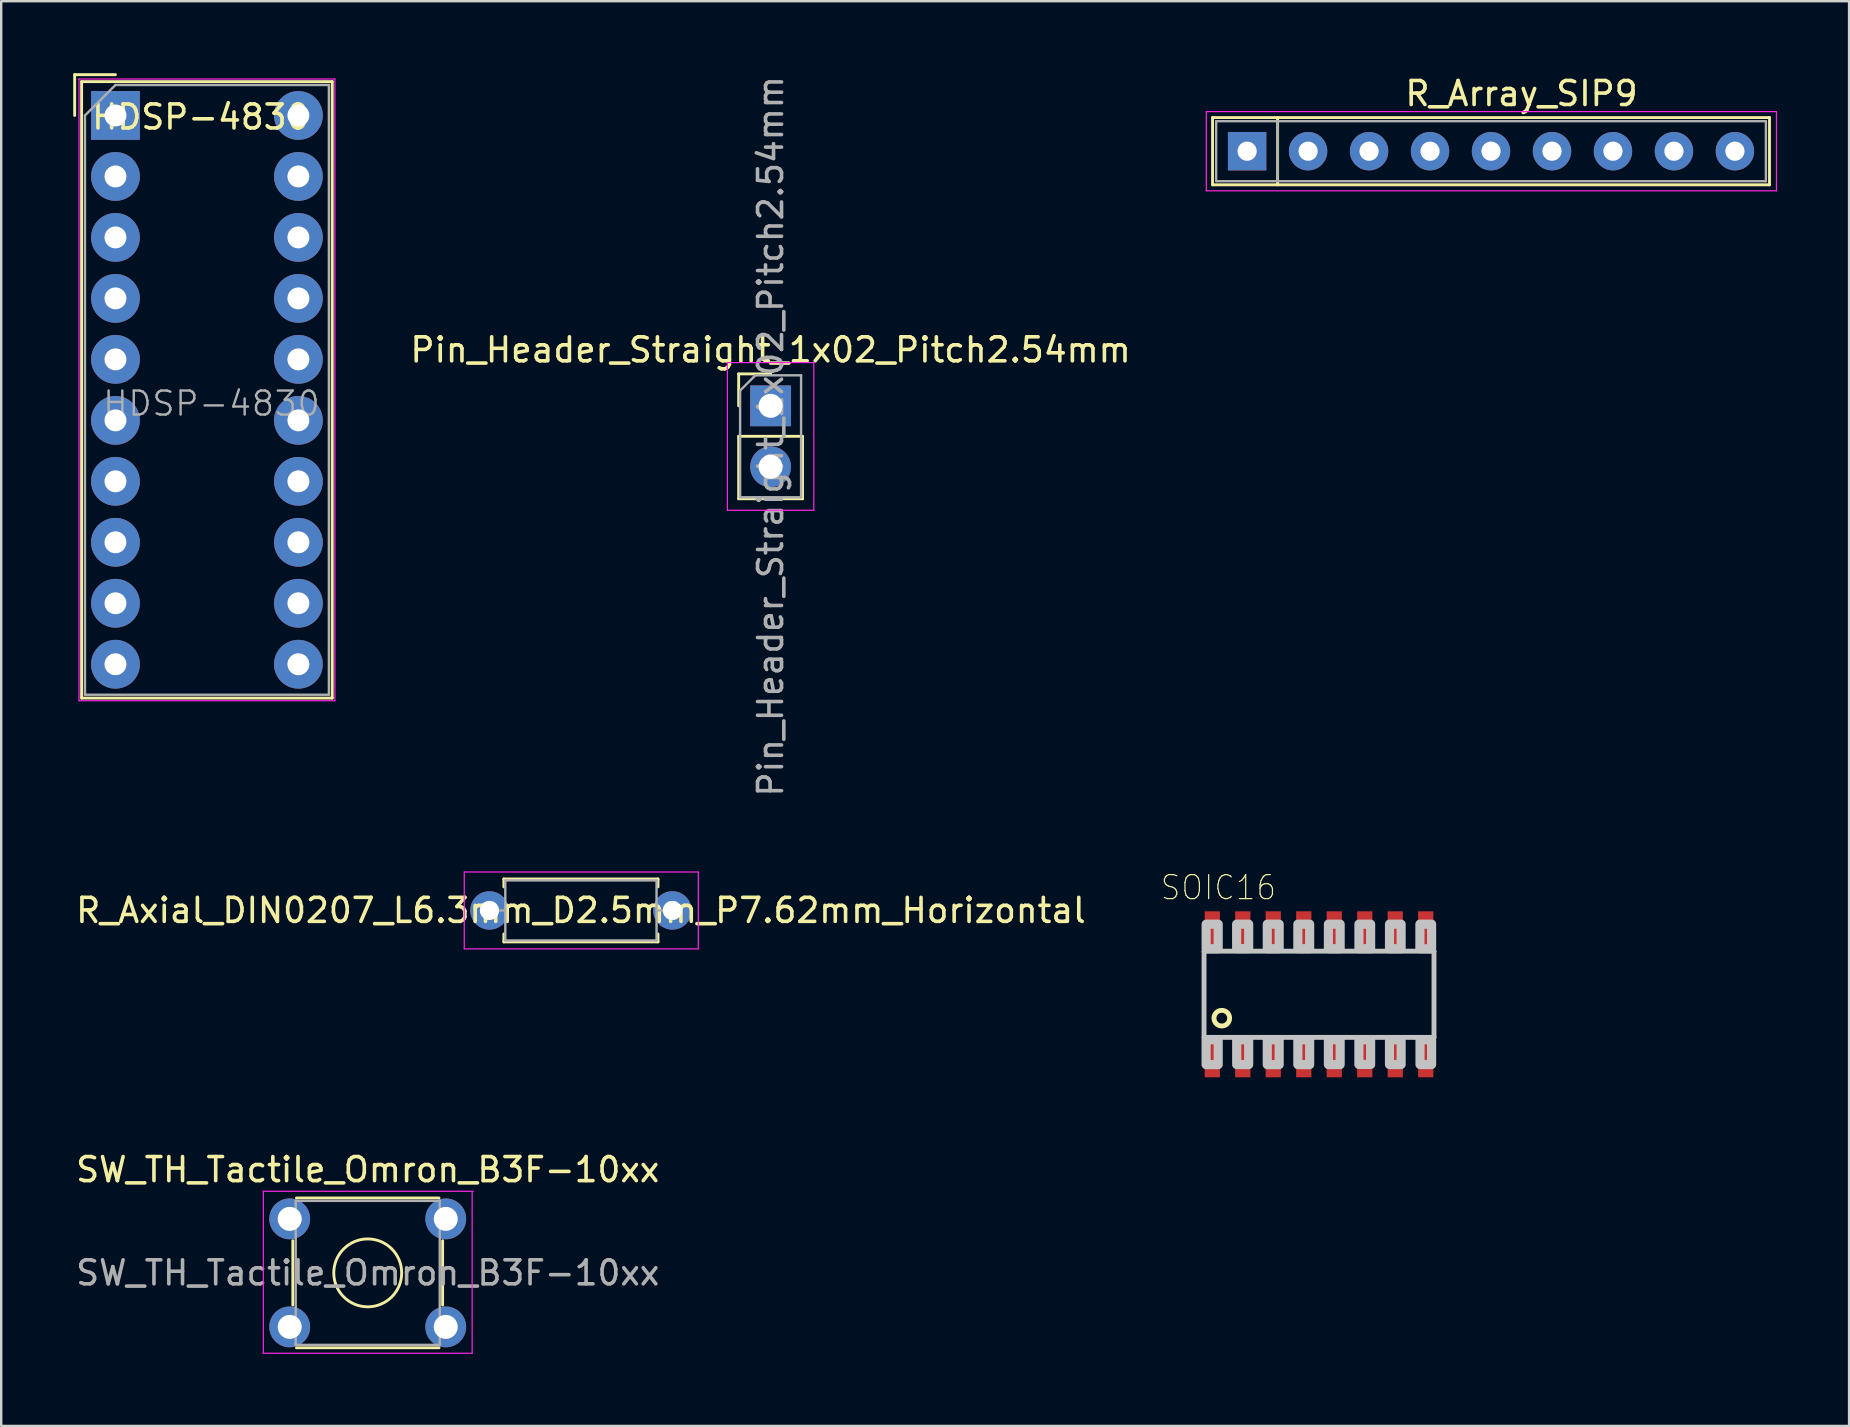
<source format=kicad_pcb>
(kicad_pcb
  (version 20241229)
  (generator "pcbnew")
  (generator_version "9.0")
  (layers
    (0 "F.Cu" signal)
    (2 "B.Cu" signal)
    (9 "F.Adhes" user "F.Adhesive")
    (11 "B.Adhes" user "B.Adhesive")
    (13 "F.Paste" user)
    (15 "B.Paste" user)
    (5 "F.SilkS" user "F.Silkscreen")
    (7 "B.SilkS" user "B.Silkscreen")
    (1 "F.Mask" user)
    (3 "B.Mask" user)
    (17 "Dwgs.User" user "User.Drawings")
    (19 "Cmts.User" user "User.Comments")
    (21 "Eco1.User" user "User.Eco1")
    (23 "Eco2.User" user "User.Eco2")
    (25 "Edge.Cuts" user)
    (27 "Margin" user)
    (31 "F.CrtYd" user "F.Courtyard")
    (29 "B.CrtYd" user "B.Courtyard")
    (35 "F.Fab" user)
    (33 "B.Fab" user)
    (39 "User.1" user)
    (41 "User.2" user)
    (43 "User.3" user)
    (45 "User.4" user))
  (footprint "SOIC16"
    (layer "F.Cu")
    (at 51.895 38.368)
    (property "Reference" "SOIC16" (at -4.191 -4.445 0) (layer "F.SilkS") (effects (font (size 1 0.9) (thickness 0.05))))
    (attr smd)
    (fp_circle (center -4.05 0.995) (end -3.724 0.995) (stroke (width 0.203) (type solid)) (fill no) (layer "F.SilkS"))
    (fp_line (start -4.79 -1.795) (end 4.79 -1.795) (stroke (width 0.203) (type solid)) (layer "Dwgs.User"))
    (fp_line (start -4.79 1.795) (end -4.79 -1.795) (stroke (width 0.203) (type solid)) (layer "Dwgs.User"))
    (fp_line (start 4.79 -1.795) (end 4.79 1.795) (stroke (width 0.203) (type solid)) (layer "Dwgs.User"))
    (fp_line (start 4.79 1.795) (end -4.79 1.795) (stroke (width 0.203) (type solid)) (layer "Dwgs.User"))
    (fp_poly (pts (xy -4.704 1.895) (xy -4.2 1.895) (xy -4.2 2.93) (xy -4.704 2.93)) (stroke (width 0.381) (type solid)) (fill no) (layer "Dwgs.User"))
    (fp_poly (pts (xy -4.702 -2.921) (xy -4.2 -2.921) (xy -4.2 -1.9) (xy -4.702 -1.9)) (stroke (width 0.381) (type solid)) (fill no) (layer "Dwgs.User"))
    (fp_poly (pts (xy -3.432 -2.921) (xy -2.93 -2.921) (xy -2.93 -1.902) (xy -3.432 -1.902)) (stroke (width 0.381) (type solid)) (fill no) (layer "Dwgs.User"))
    (fp_poly (pts (xy -3.429 1.895) (xy -2.93 1.895) (xy -2.93 2.928) (xy -3.429 2.928)) (stroke (width 0.381) (type solid)) (fill no) (layer "Dwgs.User"))
    (fp_poly (pts (xy -2.156 1.895) (xy -1.66 1.895) (xy -1.66 2.93) (xy -2.156 2.93)) (stroke (width 0.381) (type solid)) (fill no) (layer "Dwgs.User"))
    (fp_poly (pts (xy -2.155 -2.921) (xy -1.66 -2.921) (xy -1.66 -1.899) (xy -2.155 -1.899)) (stroke (width 0.381) (type solid)) (fill no) (layer "Dwgs.User"))
    (fp_poly (pts (xy -0.882 1.895) (xy -0.39 1.895) (xy -0.39 2.929) (xy -0.882 2.929)) (stroke (width 0.381) (type solid)) (fill no) (layer "Dwgs.User"))
    (fp_poly (pts (xy -0.882 -2.921) (xy -0.39 -2.921) (xy -0.39 -1.898) (xy -0.882 -1.898)) (stroke (width 0.381) (type solid)) (fill no) (layer "Dwgs.User"))
    (fp_poly (pts (xy 0.391 1.895) (xy 0.88 1.895) (xy 0.88 2.928) (xy 0.391 2.928)) (stroke (width 0.381) (type solid)) (fill no) (layer "Dwgs.User"))
    (fp_poly (pts (xy 0.391 -2.921) (xy 0.88 -2.921) (xy 0.88 -1.9) (xy 0.391 -1.9)) (stroke (width 0.381) (type solid)) (fill no) (layer "Dwgs.User"))
    (fp_poly (pts (xy 1.661 1.895) (xy 2.15 1.895) (xy 2.15 2.923) (xy 1.661 2.923)) (stroke (width 0.381) (type solid)) (fill no) (layer "Dwgs.User"))
    (fp_poly (pts (xy 1.663 -2.921) (xy 2.15 -2.921) (xy 2.15 -1.899) (xy 1.663 -1.899)) (stroke (width 0.381) (type solid)) (fill no) (layer "Dwgs.User"))
    (fp_poly (pts (xy 2.935 1.895) (xy 3.42 1.895) (xy 3.42 2.926) (xy 2.935 2.926)) (stroke (width 0.381) (type solid)) (fill no) (layer "Dwgs.User"))
    (fp_poly (pts (xy 2.936 -2.921) (xy 3.42 -2.921) (xy 3.42 -1.899) (xy 2.936 -1.899)) (stroke (width 0.381) (type solid)) (fill no) (layer "Dwgs.User"))
    (fp_poly (pts (xy 4.202 -2.921) (xy 4.69 -2.921) (xy 4.69 -1.896) (xy 4.202 -1.896)) (stroke (width 0.381) (type solid)) (fill no) (layer "Dwgs.User"))
    (fp_poly (pts (xy 4.207 1.895) (xy 4.69 1.895) (xy 4.69 2.926) (xy 4.207 2.926)) (stroke (width 0.381) (type solid)) (fill no) (layer "Dwgs.User"))
    (pad "1" smd rect (at -4.445 2.695) (size 0.635 1.524) (layers "F.Cu" "F.Mask" "F.Paste"))
    (pad "2" smd rect (at -3.175 2.695) (size 0.635 1.524) (layers "F.Cu" "F.Mask" "F.Paste"))
    (pad "3" smd rect (at -1.905 2.695) (size 0.635 1.524) (layers "F.Cu" "F.Mask" "F.Paste"))
    (pad "4" smd rect (at -0.635 2.695) (size 0.635 1.524) (layers "F.Cu" "F.Mask" "F.Paste"))
    (pad "5" smd rect (at 0.635 2.695) (size 0.635 1.524) (layers "F.Cu" "F.Mask" "F.Paste"))
    (pad "6" smd rect (at 1.905 2.695) (size 0.635 1.524) (layers "F.Cu" "F.Mask" "F.Paste"))
    (pad "7" smd rect (at 3.175 2.695) (size 0.635 1.524) (layers "F.Cu" "F.Mask" "F.Paste"))
    (pad "8" smd rect (at 4.445 2.695) (size 0.635 1.524) (layers "F.Cu" "F.Mask" "F.Paste"))
    (pad "9" smd rect (at 4.445 -2.695) (size 0.635 1.524) (layers "F.Cu" "F.Mask" "F.Paste"))
    (pad "10" smd rect (at 3.175 -2.695) (size 0.635 1.524) (layers "F.Cu" "F.Mask" "F.Paste"))
    (pad "11" smd rect (at 1.905 -2.695) (size 0.635 1.524) (layers "F.Cu" "F.Mask" "F.Paste"))
    (pad "12" smd rect (at 0.635 -2.695) (size 0.635 1.524) (layers "F.Cu" "F.Mask" "F.Paste"))
    (pad "13" smd rect (at -0.635 -2.695) (size 0.635 1.524) (layers "F.Cu" "F.Mask" "F.Paste"))
    (pad "14" smd rect (at -1.905 -2.695) (size 0.635 1.524) (layers "F.Cu" "F.Mask" "F.Paste"))
    (pad "15" smd rect (at -3.175 -2.695) (size 0.635 1.524) (layers "F.Cu" "F.Mask" "F.Paste"))
    (pad "16" smd rect (at -4.445 -2.695) (size 0.635 1.524) (layers "F.Cu" "F.Mask" "F.Paste")))
  (footprint "SW_TH_Tactile_Omron_B3F-10xx"
    (layer "F.Cu")
    (at 9.018 47.723)
    (property "Reference" "SW_TH_Tactile_Omron_B3F-10xx" (at 3.25 -2.05 0) (layer "F.SilkS") (effects (font (size 1 1) (thickness 0.15))))
    (attr through_hole)
    (fp_line (start 0.13 3.59) (end 0.13 0.91) (stroke (width 0.12) (type solid)) (layer "F.SilkS"))
    (fp_line (start 0.28 -0.87) (end 6.22 -0.87) (stroke (width 0.12) (type solid)) (layer "F.SilkS"))
    (fp_line (start 0.28 5.37) (end 6.22 5.37) (stroke (width 0.12) (type solid)) (layer "F.SilkS"))
    (fp_line (start 6.37 0.91) (end 6.37 3.59) (stroke (width 0.12) (type solid)) (layer "F.SilkS"))
    (fp_circle (center 3.25 2.25) (end 4.25 3.25) (stroke (width 0.12) (type solid)) (fill no) (layer "F.SilkS"))
    (fp_line (start -1.1 -1.15) (end -1.1 5.6) (stroke (width 0.05) (type solid)) (layer "F.CrtYd"))
    (fp_line (start -1.1 5.6) (end 7.6 5.6) (stroke (width 0.05) (type solid)) (layer "F.CrtYd"))
    (fp_line (start 7.6 5.6) (end 7.6 -1.1) (stroke (width 0.05) (type solid)) (layer "F.CrtYd"))
    (fp_line (start 7.65 -1.15) (end -1.1 -1.15) (stroke (width 0.05) (type solid)) (layer "F.CrtYd"))
    (fp_line (start 0.25 -0.75) (end 0.25 5.25) (stroke (width 0.1) (type solid)) (layer "F.Fab"))
    (fp_line (start 0.25 -0.75) (end 6.25 -0.75) (stroke (width 0.1) (type solid)) (layer "F.Fab"))
    (fp_line (start 0.25 5.25) (end 6.25 5.25) (stroke (width 0.1) (type solid)) (layer "F.Fab"))
    (fp_line (start 6.25 -0.75) (end 6.25 5.25) (stroke (width 0.1) (type solid)) (layer "F.Fab"))
    (fp_text user "${REFERENCE}" (at 3.25 2.25 0) (layer "F.Fab") (effects (font (size 1 1) (thickness 0.15))))
    (pad "1" thru_hole circle (at 0 0) (size 1.7 1.7) (drill 1) (layers "*.Cu" "*.Mask"))
    (pad "2" thru_hole circle (at 6.5 0) (size 1.7 1.7) (drill 1) (layers "*.Cu" "*.Mask"))
    (pad "3" thru_hole circle (at 0 4.5) (size 1.7 1.7) (drill 1) (layers "*.Cu" "*.Mask"))
    (pad "4" thru_hole circle (at 6.5 4.5) (size 1.7 1.7) (drill 1) (layers "*.Cu" "*.Mask")))
  (footprint "R_Array_SIP9"
    (layer "F.Cu")
    (at 48.9 3.248)
    (property "Reference" "R_Array_SIP9" (at 11.43 -2.4 0) (layer "F.SilkS") (effects (font (size 1 1) (thickness 0.15))))
    (attr through_hole)
    (fp_line (start -1.44 -1.4) (end -1.44 1.4) (stroke (width 0.12) (type solid)) (layer "F.SilkS"))
    (fp_line (start -1.44 1.4) (end 21.76 1.4) (stroke (width 0.12) (type solid)) (layer "F.SilkS"))
    (fp_line (start 1.27 -1.4) (end 1.27 1.4) (stroke (width 0.12) (type solid)) (layer "F.SilkS"))
    (fp_line (start 21.76 -1.4) (end -1.44 -1.4) (stroke (width 0.12) (type solid)) (layer "F.SilkS"))
    (fp_line (start 21.76 1.4) (end 21.76 -1.4) (stroke (width 0.12) (type solid)) (layer "F.SilkS"))
    (fp_line (start -1.7 -1.65) (end -1.7 1.65) (stroke (width 0.05) (type solid)) (layer "F.CrtYd"))
    (fp_line (start -1.7 1.65) (end 22.05 1.65) (stroke (width 0.05) (type solid)) (layer "F.CrtYd"))
    (fp_line (start 22.05 -1.65) (end -1.7 -1.65) (stroke (width 0.05) (type solid)) (layer "F.CrtYd"))
    (fp_line (start 22.05 1.65) (end 22.05 -1.65) (stroke (width 0.05) (type solid)) (layer "F.CrtYd"))
    (fp_line (start -1.29 -1.25) (end -1.29 1.25) (stroke (width 0.1) (type solid)) (layer "F.Fab"))
    (fp_line (start -1.29 1.25) (end 21.61 1.25) (stroke (width 0.1) (type solid)) (layer "F.Fab"))
    (fp_line (start 1.27 -1.25) (end 1.27 1.25) (stroke (width 0.1) (type solid)) (layer "F.Fab"))
    (fp_line (start 21.61 -1.25) (end -1.29 -1.25) (stroke (width 0.1) (type solid)) (layer "F.Fab"))
    (fp_line (start 21.61 1.25) (end 21.61 -1.25) (stroke (width 0.1) (type solid)) (layer "F.Fab"))
    (pad "1" thru_hole rect (at 0 0) (size 1.6 1.6) (drill 0.8) (layers "*.Cu" "*.Mask"))
    (pad "2" thru_hole oval (at 2.54 0) (size 1.6 1.6) (drill 0.8) (layers "*.Cu" "*.Mask"))
    (pad "3" thru_hole oval (at 5.08 0) (size 1.6 1.6) (drill 0.8) (layers "*.Cu" "*.Mask"))
    (pad "4" thru_hole oval (at 7.62 0) (size 1.6 1.6) (drill 0.8) (layers "*.Cu" "*.Mask"))
    (pad "5" thru_hole oval (at 10.16 0) (size 1.6 1.6) (drill 0.8) (layers "*.Cu" "*.Mask"))
    (pad "6" thru_hole oval (at 12.7 0) (size 1.6 1.6) (drill 0.8) (layers "*.Cu" "*.Mask"))
    (pad "7" thru_hole oval (at 15.24 0) (size 1.6 1.6) (drill 0.8) (layers "*.Cu" "*.Mask"))
    (pad "8" thru_hole oval (at 17.78 0) (size 1.6 1.6) (drill 0.8) (layers "*.Cu" "*.Mask"))
    (pad "9" thru_hole oval (at 20.32 0) (size 1.6 1.6) (drill 0.8) (layers "*.Cu" "*.Mask")))
  (footprint "Pin_Header_Straight_1x02_Pitch2.54mm"
    (layer "F.Cu")
    (at 29.05 13.855)
    (property "Reference" "Pin_Header_Straight_1x02_Pitch2.54mm" (at 0 -2.33 0) (layer "F.SilkS") (effects (font (size 1 1) (thickness 0.15))))
    (attr through_hole)
    (fp_line (start -1.33 -1.33) (end 0 -1.33) (stroke (width 0.12) (type solid)) (layer "F.SilkS"))
    (fp_line (start -1.33 0) (end -1.33 -1.33) (stroke (width 0.12) (type solid)) (layer "F.SilkS"))
    (fp_line (start -1.33 1.27) (end -1.33 3.87) (stroke (width 0.12) (type solid)) (layer "F.SilkS"))
    (fp_line (start -1.33 1.27) (end 1.33 1.27) (stroke (width 0.12) (type solid)) (layer "F.SilkS"))
    (fp_line (start -1.33 3.87) (end 1.33 3.87) (stroke (width 0.12) (type solid)) (layer "F.SilkS"))
    (fp_line (start 1.33 1.27) (end 1.33 3.87) (stroke (width 0.12) (type solid)) (layer "F.SilkS"))
    (fp_line (start -1.8 -1.8) (end -1.8 4.35) (stroke (width 0.05) (type solid)) (layer "F.CrtYd"))
    (fp_line (start -1.8 4.35) (end 1.8 4.35) (stroke (width 0.05) (type solid)) (layer "F.CrtYd"))
    (fp_line (start 1.8 -1.8) (end -1.8 -1.8) (stroke (width 0.05) (type solid)) (layer "F.CrtYd"))
    (fp_line (start 1.8 4.35) (end 1.8 -1.8) (stroke (width 0.05) (type solid)) (layer "F.CrtYd"))
    (fp_line (start -1.27 -0.635) (end -0.635 -1.27) (stroke (width 0.1) (type solid)) (layer "F.Fab"))
    (fp_line (start -1.27 3.81) (end -1.27 -0.635) (stroke (width 0.1) (type solid)) (layer "F.Fab"))
    (fp_line (start -0.635 -1.27) (end 1.27 -1.27) (stroke (width 0.1) (type solid)) (layer "F.Fab"))
    (fp_line (start 1.27 -1.27) (end 1.27 3.81) (stroke (width 0.1) (type solid)) (layer "F.Fab"))
    (fp_line (start 1.27 3.81) (end -1.27 3.81) (stroke (width 0.1) (type solid)) (layer "F.Fab"))
    (fp_text user "${REFERENCE}" (at 0 1.27 90) (layer "F.Fab") (effects (font (size 1 1) (thickness 0.15))))
    (pad "1" thru_hole rect (at 0 0) (size 1.7 1.7) (drill 1) (layers "*.Cu" "*.Mask"))
    (pad "2" thru_hole oval (at 0 2.54) (size 1.7 1.7) (drill 1) (layers "*.Cu" "*.Mask")))
  (footprint "HDSP-4830"
    (layer "F.Cu")
    (at 1.76 1.76)
    (property "Reference" "HDSP-4830" (at 3.556 0.064 0) (layer "F.SilkS") (effects (font (size 1 1) (thickness 0.15))))
    (attr through_hole)
    (fp_line (start -1.7 -1.7) (end -1.7 0) (stroke (width 0.12) (type solid)) (layer "F.SilkS"))
    (fp_line (start -1.41 -1.41) (end 9.03 -1.41) (stroke (width 0.12) (type solid)) (layer "F.SilkS"))
    (fp_line (start -1.41 24.27) (end -1.41 -1.41) (stroke (width 0.12) (type solid)) (layer "F.SilkS"))
    (fp_line (start 0 -1.7) (end -1.7 -1.7) (stroke (width 0.12) (type solid)) (layer "F.SilkS"))
    (fp_line (start 9.03 -1.41) (end 9.03 24.27) (stroke (width 0.12) (type solid)) (layer "F.SilkS"))
    (fp_line (start 9.03 24.27) (end -1.41 24.27) (stroke (width 0.12) (type solid)) (layer "F.SilkS"))
    (fp_line (start -1.52 -1.52) (end -1.52 24.38) (stroke (width 0.05) (type solid)) (layer "F.CrtYd"))
    (fp_line (start -1.52 -1.52) (end 9.14 -1.52) (stroke (width 0.05) (type solid)) (layer "F.CrtYd"))
    (fp_line (start -1.52 24.38) (end 9.14 24.38) (stroke (width 0.05) (type solid)) (layer "F.CrtYd"))
    (fp_line (start 9.14 24.38) (end 9.14 -1.52) (stroke (width 0.05) (type solid)) (layer "F.CrtYd"))
    (fp_line (start -1.27 0) (end -1.27 24.13) (stroke (width 0.1) (type solid)) (layer "F.Fab"))
    (fp_line (start -1.27 24.13) (end 8.89 24.13) (stroke (width 0.1) (type solid)) (layer "F.Fab"))
    (fp_line (start 0 -1.27) (end -1.27 0) (stroke (width 0.1) (type solid)) (layer "F.Fab"))
    (fp_line (start 0 -1.27) (end 8.89 -1.27) (stroke (width 0.1) (type solid)) (layer "F.Fab"))
    (fp_line (start 8.89 -1.27) (end 8.89 24.13) (stroke (width 0.1) (type solid)) (layer "F.Fab"))
    (fp_text user "${REFERENCE}" (at 4 12 0) (layer "F.Fab") (effects (font (size 1 1) (thickness 0.1))))
    (pad "1" thru_hole rect (at 0 0 270) (size 2.032 2.032) (drill 0.914) (layers "*.Cu" "*.Mask"))
    (pad "2" thru_hole circle (at 0 2.54 270) (size 2.032 2.032) (drill 0.914) (layers "*.Cu" "*.Mask"))
    (pad "3" thru_hole circle (at 0 5.08 270) (size 2.032 2.032) (drill 0.914) (layers "*.Cu" "*.Mask"))
    (pad "4" thru_hole circle (at 0 7.62 270) (size 2.032 2.032) (drill 0.914) (layers "*.Cu" "*.Mask"))
    (pad "5" thru_hole circle (at 0 10.16 270) (size 2.032 2.032) (drill 0.914) (layers "*.Cu" "*.Mask"))
    (pad "6" thru_hole circle (at 0 12.7 270) (size 2.032 2.032) (drill 0.914) (layers "*.Cu" "*.Mask"))
    (pad "7" thru_hole circle (at 0 15.24 270) (size 2.032 2.032) (drill 0.914) (layers "*.Cu" "*.Mask"))
    (pad "8" thru_hole circle (at 0 17.78 270) (size 2.032 2.032) (drill 0.914) (layers "*.Cu" "*.Mask"))
    (pad "9" thru_hole circle (at 0 20.32 270) (size 2.032 2.032) (drill 0.914) (layers "*.Cu" "*.Mask"))
    (pad "10" thru_hole circle (at 0 22.86 270) (size 2.032 2.032) (drill 0.914) (layers "*.Cu" "*.Mask"))
    (pad "11" thru_hole circle (at 7.62 22.86 270) (size 2.032 2.032) (drill 0.914) (layers "*.Cu" "*.Mask"))
    (pad "12" thru_hole circle (at 7.62 20.32 270) (size 2.032 2.032) (drill 0.914) (layers "*.Cu" "*.Mask"))
    (pad "13" thru_hole circle (at 7.62 17.78 270) (size 2.032 2.032) (drill 0.914) (layers "*.Cu" "*.Mask"))
    (pad "14" thru_hole circle (at 7.62 15.24 270) (size 2.032 2.032) (drill 0.914) (layers "*.Cu" "*.Mask"))
    (pad "15" thru_hole circle (at 7.62 12.7 270) (size 2.032 2.032) (drill 0.914) (layers "*.Cu" "*.Mask"))
    (pad "16" thru_hole circle (at 7.62 10.16 270) (size 2.032 2.032) (drill 0.914) (layers "*.Cu" "*.Mask"))
    (pad "17" thru_hole circle (at 7.62 7.62 270) (size 2.032 2.032) (drill 0.914) (layers "*.Cu" "*.Mask"))
    (pad "18" thru_hole circle (at 7.62 5.08 270) (size 2.032 2.032) (drill 0.914) (layers "*.Cu" "*.Mask"))
    (pad "19" thru_hole circle (at 7.62 2.54 270) (size 2.032 2.032) (drill 0.914) (layers "*.Cu" "*.Mask"))
    (pad "20" thru_hole circle (at 7.62 0 270) (size 2.032 2.032) (drill 0.914) (layers "*.Cu" "*.Mask")))
  (footprint "R_Axial_DIN0207_L6.3mm_D2.5mm_P7.62mm_Horizontal"
    (layer "F.Cu")
    (at 17.339 34.875)
    (property "Reference" "R_Axial_DIN0207_L6.3mm_D2.5mm_P7.62mm_Horizontal" (at 3.81 0 0) (layer "F.SilkS") (effects (font (size 1 1) (thickness 0.15))))
    (attr through_hole)
    (fp_line (start 0.6 -1.31) (end 7.02 -1.31) (stroke (width 0.12) (type solid)) (layer "F.SilkS"))
    (fp_line (start 0.6 -0.98) (end 0.6 -1.31) (stroke (width 0.12) (type solid)) (layer "F.SilkS"))
    (fp_line (start 0.6 0.98) (end 0.6 1.31) (stroke (width 0.12) (type solid)) (layer "F.SilkS"))
    (fp_line (start 0.6 1.31) (end 7.02 1.31) (stroke (width 0.12) (type solid)) (layer "F.SilkS"))
    (fp_line (start 7.02 -1.31) (end 7.02 -0.98) (stroke (width 0.12) (type solid)) (layer "F.SilkS"))
    (fp_line (start 7.02 1.31) (end 7.02 0.98) (stroke (width 0.12) (type solid)) (layer "F.SilkS"))
    (fp_line (start -1.05 -1.6) (end -1.05 1.6) (stroke (width 0.05) (type solid)) (layer "F.CrtYd"))
    (fp_line (start -1.05 1.6) (end 8.7 1.6) (stroke (width 0.05) (type solid)) (layer "F.CrtYd"))
    (fp_line (start 8.7 -1.6) (end -1.05 -1.6) (stroke (width 0.05) (type solid)) (layer "F.CrtYd"))
    (fp_line (start 8.7 1.6) (end 8.7 -1.6) (stroke (width 0.05) (type solid)) (layer "F.CrtYd"))
    (fp_line (start 0 0) (end 0.66 0) (stroke (width 0.1) (type solid)) (layer "F.Fab"))
    (fp_line (start 0.66 -1.25) (end 0.66 1.25) (stroke (width 0.1) (type solid)) (layer "F.Fab"))
    (fp_line (start 0.66 1.25) (end 6.96 1.25) (stroke (width 0.1) (type solid)) (layer "F.Fab"))
    (fp_line (start 6.96 -1.25) (end 0.66 -1.25) (stroke (width 0.1) (type solid)) (layer "F.Fab"))
    (fp_line (start 6.96 1.25) (end 6.96 -1.25) (stroke (width 0.1) (type solid)) (layer "F.Fab"))
    (fp_line (start 7.62 0) (end 6.96 0) (stroke (width 0.1) (type solid)) (layer "F.Fab"))
    (pad "1" thru_hole circle (at 0 0) (size 1.6 1.6) (drill 0.8) (layers "*.Cu" "*.Mask"))
    (pad "2" thru_hole oval (at 7.62 0) (size 1.6 1.6) (drill 0.8) (layers "*.Cu" "*.Mask")))
  (gr_rect
    (start -3 -3)
    (end 73.975 56.348)
    (stroke (width 0.1) (type default))
    (fill no)
    (layer "Edge.Cuts")))
</source>
